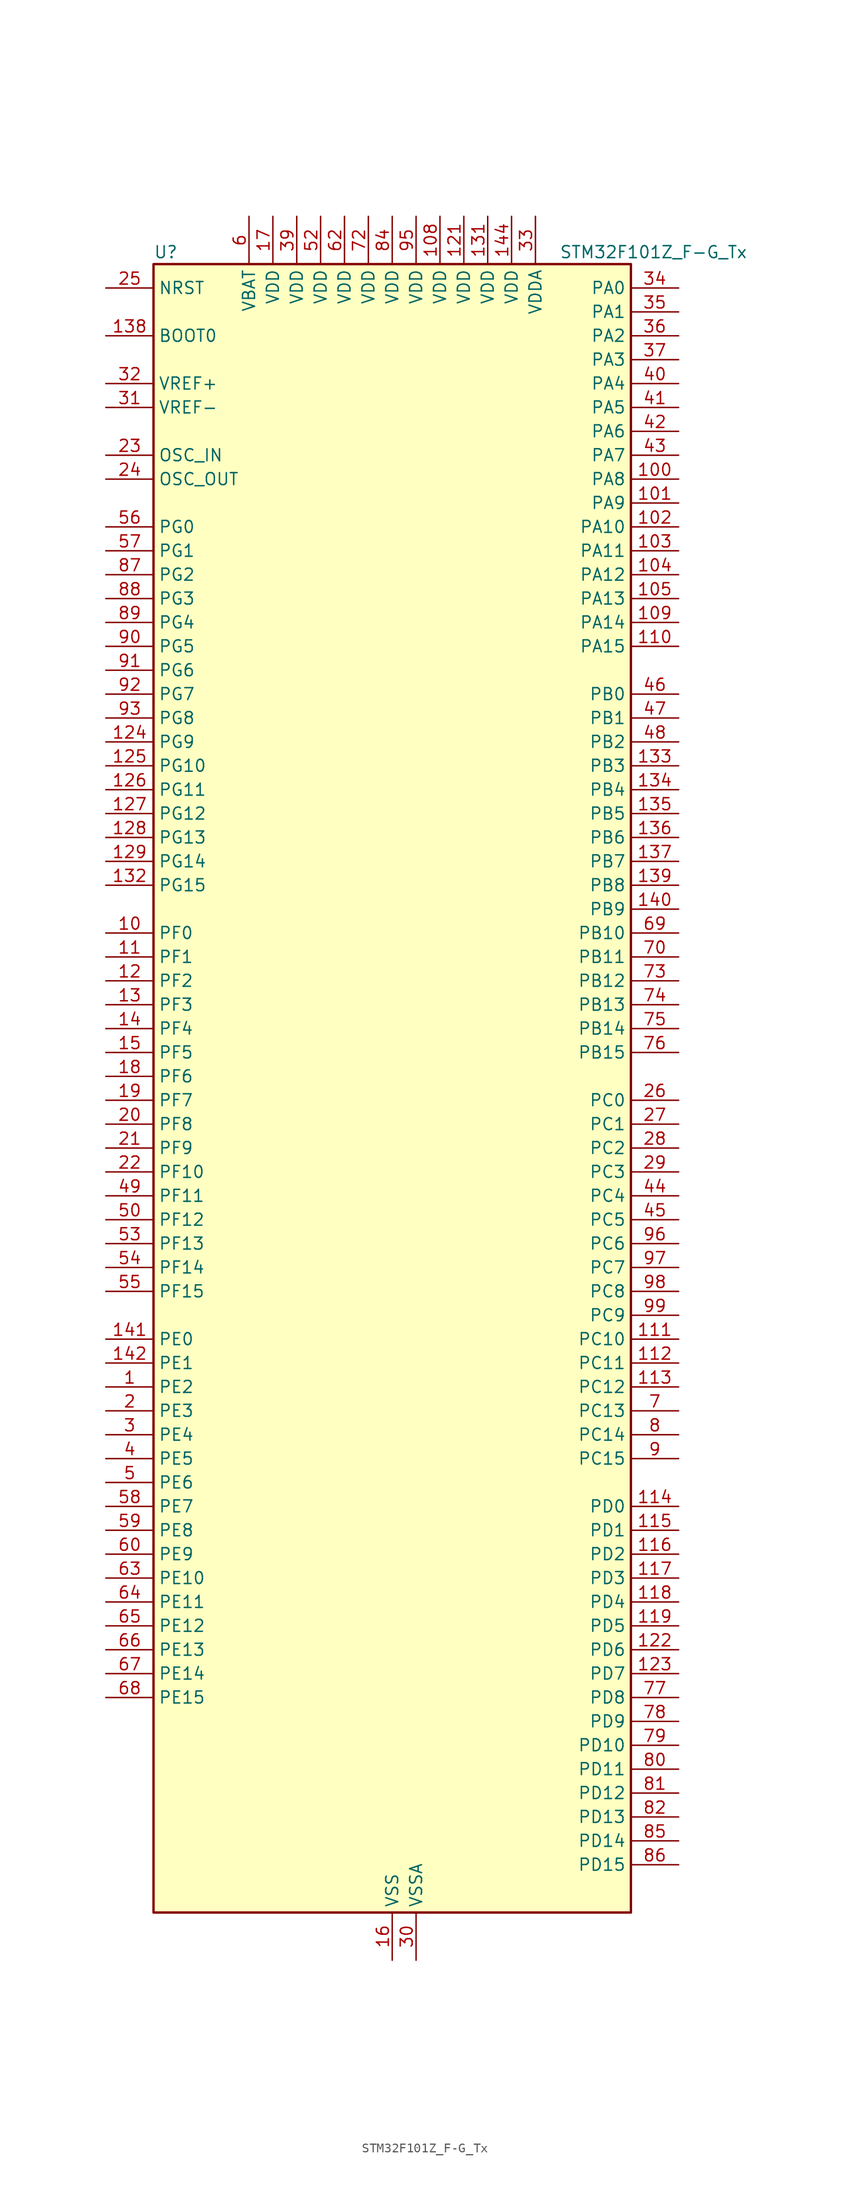
<source format=kicad_sym>
(kicad_symbol_lib
  (version 20220914)
  (generator kicad_symbol_editor)
  (symbol "STM32F101Z_F-G_Tx"
    (property "Reference" "U"
      (at -25.4 90.17 0)
      (effects (font (size 1.27 1.27)) (justify left)))
    (property "Value" "STM32F101Z_F-G_Tx"
      (at 17.78 90.17 0)
      (effects (font (size 1.27 1.27)) (justify left)))
    (property "ki_locked" ""
      (at 0 0 0)
      (effects (font (size 1.27 1.27))))
    (symbol "STM32F101Z_F-G_Tx_0_1"
      (rectangle (start -25.4 -86.36) (end 25.4 88.9) (stroke (width 0.254) (type default)) (fill (type background))))
    (symbol "STM32F101Z_F-G_Tx_1_1"
      (pin bidirectional line (at -30.48 -30.48 0) (length 5.08) (name "PE2" (effects (font (size 1.27 1.27)))) (number "1" (effects (font (size 1.27 1.27)))) (alternate "FSMC_A23" bidirectional line) (alternate "SYS_TRACECLK" bidirectional line))
      (pin bidirectional line (at -30.48 17.78 0) (length 5.08) (name "PF0" (effects (font (size 1.27 1.27)))) (number "10" (effects (font (size 1.27 1.27)))) (alternate "FSMC_A0" bidirectional line))
      (pin bidirectional line (at 30.48 66.04 180) (length 5.08) (name "PA8" (effects (font (size 1.27 1.27)))) (number "100" (effects (font (size 1.27 1.27)))) (alternate "RCC_MCO" bidirectional line) (alternate "USART1_CK" bidirectional line))
      (pin bidirectional line (at 30.48 63.5 180) (length 5.08) (name "PA9" (effects (font (size 1.27 1.27)))) (number "101" (effects (font (size 1.27 1.27)))) (alternate "DAC_EXTI9" bidirectional line) (alternate "USART1_TX" bidirectional line))
      (pin bidirectional line (at 30.48 60.96 180) (length 5.08) (name "PA10" (effects (font (size 1.27 1.27)))) (number "102" (effects (font (size 1.27 1.27)))) (alternate "USART1_RX" bidirectional line))
      (pin bidirectional line (at 30.48 58.42 180) (length 5.08) (name "PA11" (effects (font (size 1.27 1.27)))) (number "103" (effects (font (size 1.27 1.27)))) (alternate "ADC1_EXTI11" bidirectional line) (alternate "USART1_CTS" bidirectional line))
      (pin bidirectional line (at 30.48 55.88 180) (length 5.08) (name "PA12" (effects (font (size 1.27 1.27)))) (number "104" (effects (font (size 1.27 1.27)))) (alternate "USART1_RTS" bidirectional line))
      (pin bidirectional line (at 30.48 53.34 180) (length 5.08) (name "PA13" (effects (font (size 1.27 1.27)))) (number "105" (effects (font (size 1.27 1.27)))) (alternate "SYS_JTMS-SWDIO" bidirectional line))
      (pin no_connect line (at -25.4 -86.36 0) (length 5.08) hide (name "NC" (effects (font (size 1.27 1.27)))) (number "106" (effects (font (size 1.27 1.27)))))
      (pin passive line (at 0 -91.44 90) (length 5.08) hide (name "VSS" (effects (font (size 1.27 1.27)))) (number "107" (effects (font (size 1.27 1.27)))))
      (pin power_in line (at 5.08 93.98 270) (length 5.08) (name "VDD" (effects (font (size 1.27 1.27)))) (number "108" (effects (font (size 1.27 1.27)))))
      (pin bidirectional line (at 30.48 50.8 180) (length 5.08) (name "PA14" (effects (font (size 1.27 1.27)))) (number "109" (effects (font (size 1.27 1.27)))) (alternate "SYS_JTCK-SWCLK" bidirectional line))
      (pin bidirectional line (at -30.48 15.24 0) (length 5.08) (name "PF1" (effects (font (size 1.27 1.27)))) (number "11" (effects (font (size 1.27 1.27)))) (alternate "FSMC_A1" bidirectional line))
      (pin bidirectional line (at 30.48 48.26 180) (length 5.08) (name "PA15" (effects (font (size 1.27 1.27)))) (number "110" (effects (font (size 1.27 1.27)))) (alternate "ADC1_EXTI15" bidirectional line) (alternate "SPI1_NSS" bidirectional line) (alternate "SPI3_NSS" bidirectional line) (alternate "SYS_JTDI" bidirectional line) (alternate "TIM2_CH1" bidirectional line) (alternate "TIM2_ETR" bidirectional line))
      (pin bidirectional line (at 30.48 -25.4 180) (length 5.08) (name "PC10" (effects (font (size 1.27 1.27)))) (number "111" (effects (font (size 1.27 1.27)))) (alternate "UART4_TX" bidirectional line) (alternate "USART3_TX" bidirectional line))
      (pin bidirectional line (at 30.48 -27.94 180) (length 5.08) (name "PC11" (effects (font (size 1.27 1.27)))) (number "112" (effects (font (size 1.27 1.27)))) (alternate "ADC1_EXTI11" bidirectional line) (alternate "UART4_RX" bidirectional line) (alternate "USART3_RX" bidirectional line))
      (pin bidirectional line (at 30.48 -30.48 180) (length 5.08) (name "PC12" (effects (font (size 1.27 1.27)))) (number "113" (effects (font (size 1.27 1.27)))) (alternate "UART5_TX" bidirectional line) (alternate "USART3_CK" bidirectional line))
      (pin bidirectional line (at 30.48 -43.18 180) (length 5.08) (name "PD0" (effects (font (size 1.27 1.27)))) (number "114" (effects (font (size 1.27 1.27)))) (alternate "FSMC_D2" bidirectional line) (alternate "FSMC_DA2" bidirectional line))
      (pin bidirectional line (at 30.48 -45.72 180) (length 5.08) (name "PD1" (effects (font (size 1.27 1.27)))) (number "115" (effects (font (size 1.27 1.27)))) (alternate "FSMC_D3" bidirectional line) (alternate "FSMC_DA3" bidirectional line))
      (pin bidirectional line (at 30.48 -48.26 180) (length 5.08) (name "PD2" (effects (font (size 1.27 1.27)))) (number "116" (effects (font (size 1.27 1.27)))) (alternate "TIM3_ETR" bidirectional line) (alternate "UART5_RX" bidirectional line))
      (pin bidirectional line (at 30.48 -50.8 180) (length 5.08) (name "PD3" (effects (font (size 1.27 1.27)))) (number "117" (effects (font (size 1.27 1.27)))) (alternate "FSMC_CLK" bidirectional line) (alternate "USART2_CTS" bidirectional line))
      (pin bidirectional line (at 30.48 -53.34 180) (length 5.08) (name "PD4" (effects (font (size 1.27 1.27)))) (number "118" (effects (font (size 1.27 1.27)))) (alternate "FSMC_NOE" bidirectional line) (alternate "USART2_RTS" bidirectional line))
      (pin bidirectional line (at 30.48 -55.88 180) (length 5.08) (name "PD5" (effects (font (size 1.27 1.27)))) (number "119" (effects (font (size 1.27 1.27)))) (alternate "FSMC_NWE" bidirectional line) (alternate "USART2_TX" bidirectional line))
      (pin bidirectional line (at -30.48 12.7 0) (length 5.08) (name "PF2" (effects (font (size 1.27 1.27)))) (number "12" (effects (font (size 1.27 1.27)))) (alternate "FSMC_A2" bidirectional line))
      (pin passive line (at 0 -91.44 90) (length 5.08) hide (name "VSS" (effects (font (size 1.27 1.27)))) (number "120" (effects (font (size 1.27 1.27)))))
      (pin power_in line (at 7.62 93.98 270) (length 5.08) (name "VDD" (effects (font (size 1.27 1.27)))) (number "121" (effects (font (size 1.27 1.27)))))
      (pin bidirectional line (at 30.48 -58.42 180) (length 5.08) (name "PD6" (effects (font (size 1.27 1.27)))) (number "122" (effects (font (size 1.27 1.27)))) (alternate "FSMC_NWAIT" bidirectional line) (alternate "USART2_RX" bidirectional line))
      (pin bidirectional line (at 30.48 -60.96 180) (length 5.08) (name "PD7" (effects (font (size 1.27 1.27)))) (number "123" (effects (font (size 1.27 1.27)))) (alternate "FSMC_NCE2" bidirectional line) (alternate "FSMC_NE1" bidirectional line) (alternate "USART2_CK" bidirectional line))
      (pin bidirectional line (at -30.48 38.1 0) (length 5.08) (name "PG9" (effects (font (size 1.27 1.27)))) (number "124" (effects (font (size 1.27 1.27)))) (alternate "DAC_EXTI9" bidirectional line) (alternate "FSMC_NCE3" bidirectional line) (alternate "FSMC_NE2" bidirectional line))
      (pin bidirectional line (at -30.48 35.56 0) (length 5.08) (name "PG10" (effects (font (size 1.27 1.27)))) (number "125" (effects (font (size 1.27 1.27)))) (alternate "FSMC_NCE4_1" bidirectional line) (alternate "FSMC_NE3" bidirectional line))
      (pin bidirectional line (at -30.48 33.02 0) (length 5.08) (name "PG11" (effects (font (size 1.27 1.27)))) (number "126" (effects (font (size 1.27 1.27)))) (alternate "ADC1_EXTI11" bidirectional line) (alternate "FSMC_NCE4_2" bidirectional line))
      (pin bidirectional line (at -30.48 30.48 0) (length 5.08) (name "PG12" (effects (font (size 1.27 1.27)))) (number "127" (effects (font (size 1.27 1.27)))) (alternate "FSMC_NE4" bidirectional line))
      (pin bidirectional line (at -30.48 27.94 0) (length 5.08) (name "PG13" (effects (font (size 1.27 1.27)))) (number "128" (effects (font (size 1.27 1.27)))) (alternate "FSMC_A24" bidirectional line))
      (pin bidirectional line (at -30.48 25.4 0) (length 5.08) (name "PG14" (effects (font (size 1.27 1.27)))) (number "129" (effects (font (size 1.27 1.27)))) (alternate "FSMC_A25" bidirectional line))
      (pin bidirectional line (at -30.48 10.16 0) (length 5.08) (name "PF3" (effects (font (size 1.27 1.27)))) (number "13" (effects (font (size 1.27 1.27)))) (alternate "FSMC_A3" bidirectional line))
      (pin passive line (at 0 -91.44 90) (length 5.08) hide (name "VSS" (effects (font (size 1.27 1.27)))) (number "130" (effects (font (size 1.27 1.27)))))
      (pin power_in line (at 10.16 93.98 270) (length 5.08) (name "VDD" (effects (font (size 1.27 1.27)))) (number "131" (effects (font (size 1.27 1.27)))))
      (pin bidirectional line (at -30.48 22.86 0) (length 5.08) (name "PG15" (effects (font (size 1.27 1.27)))) (number "132" (effects (font (size 1.27 1.27)))) (alternate "ADC1_EXTI15" bidirectional line))
      (pin bidirectional line (at 30.48 35.56 180) (length 5.08) (name "PB3" (effects (font (size 1.27 1.27)))) (number "133" (effects (font (size 1.27 1.27)))) (alternate "SPI1_SCK" bidirectional line) (alternate "SPI3_SCK" bidirectional line) (alternate "SYS_JTDO-TRACESWO" bidirectional line) (alternate "TIM2_CH2" bidirectional line))
      (pin bidirectional line (at 30.48 33.02 180) (length 5.08) (name "PB4" (effects (font (size 1.27 1.27)))) (number "134" (effects (font (size 1.27 1.27)))) (alternate "SPI1_MISO" bidirectional line) (alternate "SPI3_MISO" bidirectional line) (alternate "SYS_NJTRST" bidirectional line) (alternate "TIM3_CH1" bidirectional line))
      (pin bidirectional line (at 30.48 30.48 180) (length 5.08) (name "PB5" (effects (font (size 1.27 1.27)))) (number "135" (effects (font (size 1.27 1.27)))) (alternate "I2C1_SMBA" bidirectional line) (alternate "SPI1_MOSI" bidirectional line) (alternate "SPI3_MOSI" bidirectional line) (alternate "TIM3_CH2" bidirectional line))
      (pin bidirectional line (at 30.48 27.94 180) (length 5.08) (name "PB6" (effects (font (size 1.27 1.27)))) (number "136" (effects (font (size 1.27 1.27)))) (alternate "I2C1_SCL" bidirectional line) (alternate "TIM4_CH1" bidirectional line) (alternate "USART1_TX" bidirectional line))
      (pin bidirectional line (at 30.48 25.4 180) (length 5.08) (name "PB7" (effects (font (size 1.27 1.27)))) (number "137" (effects (font (size 1.27 1.27)))) (alternate "FSMC_NL" bidirectional line) (alternate "I2C1_SDA" bidirectional line) (alternate "TIM4_CH2" bidirectional line) (alternate "USART1_RX" bidirectional line))
      (pin input line (at -30.48 81.28 0) (length 5.08) (name "BOOT0" (effects (font (size 1.27 1.27)))) (number "138" (effects (font (size 1.27 1.27)))))
      (pin bidirectional line (at 30.48 22.86 180) (length 5.08) (name "PB8" (effects (font (size 1.27 1.27)))) (number "139" (effects (font (size 1.27 1.27)))) (alternate "I2C1_SCL" bidirectional line) (alternate "TIM10_CH1" bidirectional line) (alternate "TIM4_CH3" bidirectional line))
      (pin bidirectional line (at -30.48 7.62 0) (length 5.08) (name "PF4" (effects (font (size 1.27 1.27)))) (number "14" (effects (font (size 1.27 1.27)))) (alternate "FSMC_A4" bidirectional line))
      (pin bidirectional line (at 30.48 20.32 180) (length 5.08) (name "PB9" (effects (font (size 1.27 1.27)))) (number "140" (effects (font (size 1.27 1.27)))) (alternate "DAC_EXTI9" bidirectional line) (alternate "I2C1_SDA" bidirectional line) (alternate "TIM11_CH1" bidirectional line) (alternate "TIM4_CH4" bidirectional line))
      (pin bidirectional line (at -30.48 -25.4 0) (length 5.08) (name "PE0" (effects (font (size 1.27 1.27)))) (number "141" (effects (font (size 1.27 1.27)))) (alternate "FSMC_NBL0" bidirectional line) (alternate "TIM4_ETR" bidirectional line))
      (pin bidirectional line (at -30.48 -27.94 0) (length 5.08) (name "PE1" (effects (font (size 1.27 1.27)))) (number "142" (effects (font (size 1.27 1.27)))) (alternate "FSMC_NBL1" bidirectional line))
      (pin passive line (at 0 -91.44 90) (length 5.08) hide (name "VSS" (effects (font (size 1.27 1.27)))) (number "143" (effects (font (size 1.27 1.27)))))
      (pin power_in line (at 12.7 93.98 270) (length 5.08) (name "VDD" (effects (font (size 1.27 1.27)))) (number "144" (effects (font (size 1.27 1.27)))))
      (pin bidirectional line (at -30.48 5.08 0) (length 5.08) (name "PF5" (effects (font (size 1.27 1.27)))) (number "15" (effects (font (size 1.27 1.27)))) (alternate "FSMC_A5" bidirectional line))
      (pin power_in line (at 0 -91.44 90) (length 5.08) (name "VSS" (effects (font (size 1.27 1.27)))) (number "16" (effects (font (size 1.27 1.27)))))
      (pin power_in line (at -12.7 93.98 270) (length 5.08) (name "VDD" (effects (font (size 1.27 1.27)))) (number "17" (effects (font (size 1.27 1.27)))))
      (pin bidirectional line (at -30.48 2.54 0) (length 5.08) (name "PF6" (effects (font (size 1.27 1.27)))) (number "18" (effects (font (size 1.27 1.27)))) (alternate "FSMC_NIORD" bidirectional line) (alternate "TIM10_CH1" bidirectional line))
      (pin bidirectional line (at -30.48 0 0) (length 5.08) (name "PF7" (effects (font (size 1.27 1.27)))) (number "19" (effects (font (size 1.27 1.27)))) (alternate "FSMC_NREG" bidirectional line) (alternate "TIM11_CH1" bidirectional line))
      (pin bidirectional line (at -30.48 -33.02 0) (length 5.08) (name "PE3" (effects (font (size 1.27 1.27)))) (number "2" (effects (font (size 1.27 1.27)))) (alternate "FSMC_A19" bidirectional line) (alternate "SYS_TRACED0" bidirectional line))
      (pin bidirectional line (at -30.48 -2.54 0) (length 5.08) (name "PF8" (effects (font (size 1.27 1.27)))) (number "20" (effects (font (size 1.27 1.27)))) (alternate "FSMC_NIOWR" bidirectional line) (alternate "TIM13_CH1" bidirectional line))
      (pin bidirectional line (at -30.48 -5.08 0) (length 5.08) (name "PF9" (effects (font (size 1.27 1.27)))) (number "21" (effects (font (size 1.27 1.27)))) (alternate "DAC_EXTI9" bidirectional line) (alternate "FSMC_CD" bidirectional line) (alternate "TIM14_CH1" bidirectional line))
      (pin bidirectional line (at -30.48 -7.62 0) (length 5.08) (name "PF10" (effects (font (size 1.27 1.27)))) (number "22" (effects (font (size 1.27 1.27)))) (alternate "FSMC_INTR" bidirectional line))
      (pin input line (at -30.48 68.58 0) (length 5.08) (name "OSC_IN" (effects (font (size 1.27 1.27)))) (number "23" (effects (font (size 1.27 1.27)))) (alternate "RCC_OSC_IN" bidirectional line))
      (pin input line (at -30.48 66.04 0) (length 5.08) (name "OSC_OUT" (effects (font (size 1.27 1.27)))) (number "24" (effects (font (size 1.27 1.27)))) (alternate "RCC_OSC_OUT" bidirectional line))
      (pin input line (at -30.48 86.36 0) (length 5.08) (name "NRST" (effects (font (size 1.27 1.27)))) (number "25" (effects (font (size 1.27 1.27)))))
      (pin bidirectional line (at 30.48 0 180) (length 5.08) (name "PC0" (effects (font (size 1.27 1.27)))) (number "26" (effects (font (size 1.27 1.27)))) (alternate "ADC1_IN10" bidirectional line))
      (pin bidirectional line (at 30.48 -2.54 180) (length 5.08) (name "PC1" (effects (font (size 1.27 1.27)))) (number "27" (effects (font (size 1.27 1.27)))) (alternate "ADC1_IN11" bidirectional line))
      (pin bidirectional line (at 30.48 -5.08 180) (length 5.08) (name "PC2" (effects (font (size 1.27 1.27)))) (number "28" (effects (font (size 1.27 1.27)))) (alternate "ADC1_IN12" bidirectional line))
      (pin bidirectional line (at 30.48 -7.62 180) (length 5.08) (name "PC3" (effects (font (size 1.27 1.27)))) (number "29" (effects (font (size 1.27 1.27)))) (alternate "ADC1_IN13" bidirectional line))
      (pin bidirectional line (at -30.48 -35.56 0) (length 5.08) (name "PE4" (effects (font (size 1.27 1.27)))) (number "3" (effects (font (size 1.27 1.27)))) (alternate "FSMC_A20" bidirectional line) (alternate "SYS_TRACED1" bidirectional line))
      (pin power_in line (at 2.54 -91.44 90) (length 5.08) (name "VSSA" (effects (font (size 1.27 1.27)))) (number "30" (effects (font (size 1.27 1.27)))))
      (pin input line (at -30.48 73.66 0) (length 5.08) (name "VREF-" (effects (font (size 1.27 1.27)))) (number "31" (effects (font (size 1.27 1.27)))))
      (pin input line (at -30.48 76.2 0) (length 5.08) (name "VREF+" (effects (font (size 1.27 1.27)))) (number "32" (effects (font (size 1.27 1.27)))))
      (pin power_in line (at 15.24 93.98 270) (length 5.08) (name "VDDA" (effects (font (size 1.27 1.27)))) (number "33" (effects (font (size 1.27 1.27)))))
      (pin bidirectional line (at 30.48 86.36 180) (length 5.08) (name "PA0" (effects (font (size 1.27 1.27)))) (number "34" (effects (font (size 1.27 1.27)))) (alternate "ADC1_IN0" bidirectional line) (alternate "SYS_WKUP" bidirectional line) (alternate "TIM2_CH1" bidirectional line) (alternate "TIM2_ETR" bidirectional line) (alternate "TIM5_CH1" bidirectional line) (alternate "USART2_CTS" bidirectional line))
      (pin bidirectional line (at 30.48 83.82 180) (length 5.08) (name "PA1" (effects (font (size 1.27 1.27)))) (number "35" (effects (font (size 1.27 1.27)))) (alternate "ADC1_IN1" bidirectional line) (alternate "TIM2_CH2" bidirectional line) (alternate "TIM5_CH2" bidirectional line) (alternate "USART2_RTS" bidirectional line))
      (pin bidirectional line (at 30.48 81.28 180) (length 5.08) (name "PA2" (effects (font (size 1.27 1.27)))) (number "36" (effects (font (size 1.27 1.27)))) (alternate "ADC1_IN2" bidirectional line) (alternate "TIM2_CH3" bidirectional line) (alternate "TIM5_CH3" bidirectional line) (alternate "TIM9_CH1" bidirectional line) (alternate "USART2_TX" bidirectional line))
      (pin bidirectional line (at 30.48 78.74 180) (length 5.08) (name "PA3" (effects (font (size 1.27 1.27)))) (number "37" (effects (font (size 1.27 1.27)))) (alternate "ADC1_IN3" bidirectional line) (alternate "TIM2_CH4" bidirectional line) (alternate "TIM5_CH4" bidirectional line) (alternate "TIM9_CH2" bidirectional line) (alternate "USART2_RX" bidirectional line))
      (pin passive line (at 0 -91.44 90) (length 5.08) hide (name "VSS" (effects (font (size 1.27 1.27)))) (number "38" (effects (font (size 1.27 1.27)))))
      (pin power_in line (at -10.16 93.98 270) (length 5.08) (name "VDD" (effects (font (size 1.27 1.27)))) (number "39" (effects (font (size 1.27 1.27)))))
      (pin bidirectional line (at -30.48 -38.1 0) (length 5.08) (name "PE5" (effects (font (size 1.27 1.27)))) (number "4" (effects (font (size 1.27 1.27)))) (alternate "FSMC_A21" bidirectional line) (alternate "SYS_TRACED2" bidirectional line) (alternate "TIM9_CH1" bidirectional line))
      (pin bidirectional line (at 30.48 76.2 180) (length 5.08) (name "PA4" (effects (font (size 1.27 1.27)))) (number "40" (effects (font (size 1.27 1.27)))) (alternate "ADC1_IN4" bidirectional line) (alternate "DAC_OUT1" bidirectional line) (alternate "SPI1_NSS" bidirectional line) (alternate "USART2_CK" bidirectional line))
      (pin bidirectional line (at 30.48 73.66 180) (length 5.08) (name "PA5" (effects (font (size 1.27 1.27)))) (number "41" (effects (font (size 1.27 1.27)))) (alternate "ADC1_IN5" bidirectional line) (alternate "DAC_OUT2" bidirectional line) (alternate "SPI1_SCK" bidirectional line))
      (pin bidirectional line (at 30.48 71.12 180) (length 5.08) (name "PA6" (effects (font (size 1.27 1.27)))) (number "42" (effects (font (size 1.27 1.27)))) (alternate "ADC1_IN6" bidirectional line) (alternate "SPI1_MISO" bidirectional line) (alternate "TIM13_CH1" bidirectional line) (alternate "TIM3_CH1" bidirectional line))
      (pin bidirectional line (at 30.48 68.58 180) (length 5.08) (name "PA7" (effects (font (size 1.27 1.27)))) (number "43" (effects (font (size 1.27 1.27)))) (alternate "ADC1_IN7" bidirectional line) (alternate "SPI1_MOSI" bidirectional line) (alternate "TIM14_CH1" bidirectional line) (alternate "TIM3_CH2" bidirectional line))
      (pin bidirectional line (at 30.48 -10.16 180) (length 5.08) (name "PC4" (effects (font (size 1.27 1.27)))) (number "44" (effects (font (size 1.27 1.27)))) (alternate "ADC1_IN14" bidirectional line))
      (pin bidirectional line (at 30.48 -12.7 180) (length 5.08) (name "PC5" (effects (font (size 1.27 1.27)))) (number "45" (effects (font (size 1.27 1.27)))) (alternate "ADC1_IN15" bidirectional line))
      (pin bidirectional line (at 30.48 43.18 180) (length 5.08) (name "PB0" (effects (font (size 1.27 1.27)))) (number "46" (effects (font (size 1.27 1.27)))) (alternate "ADC1_IN8" bidirectional line) (alternate "TIM3_CH3" bidirectional line))
      (pin bidirectional line (at 30.48 40.64 180) (length 5.08) (name "PB1" (effects (font (size 1.27 1.27)))) (number "47" (effects (font (size 1.27 1.27)))) (alternate "ADC1_IN9" bidirectional line) (alternate "TIM3_CH4" bidirectional line))
      (pin bidirectional line (at 30.48 38.1 180) (length 5.08) (name "PB2" (effects (font (size 1.27 1.27)))) (number "48" (effects (font (size 1.27 1.27)))))
      (pin bidirectional line (at -30.48 -10.16 0) (length 5.08) (name "PF11" (effects (font (size 1.27 1.27)))) (number "49" (effects (font (size 1.27 1.27)))) (alternate "ADC1_EXTI11" bidirectional line) (alternate "FSMC_NIOS16" bidirectional line))
      (pin bidirectional line (at -30.48 -40.64 0) (length 5.08) (name "PE6" (effects (font (size 1.27 1.27)))) (number "5" (effects (font (size 1.27 1.27)))) (alternate "FSMC_A22" bidirectional line) (alternate "SYS_TRACED3" bidirectional line) (alternate "TIM9_CH2" bidirectional line))
      (pin bidirectional line (at -30.48 -12.7 0) (length 5.08) (name "PF12" (effects (font (size 1.27 1.27)))) (number "50" (effects (font (size 1.27 1.27)))) (alternate "FSMC_A6" bidirectional line))
      (pin passive line (at 0 -91.44 90) (length 5.08) hide (name "VSS" (effects (font (size 1.27 1.27)))) (number "51" (effects (font (size 1.27 1.27)))))
      (pin power_in line (at -7.62 93.98 270) (length 5.08) (name "VDD" (effects (font (size 1.27 1.27)))) (number "52" (effects (font (size 1.27 1.27)))))
      (pin bidirectional line (at -30.48 -15.24 0) (length 5.08) (name "PF13" (effects (font (size 1.27 1.27)))) (number "53" (effects (font (size 1.27 1.27)))) (alternate "FSMC_A7" bidirectional line))
      (pin bidirectional line (at -30.48 -17.78 0) (length 5.08) (name "PF14" (effects (font (size 1.27 1.27)))) (number "54" (effects (font (size 1.27 1.27)))) (alternate "FSMC_A8" bidirectional line))
      (pin bidirectional line (at -30.48 -20.32 0) (length 5.08) (name "PF15" (effects (font (size 1.27 1.27)))) (number "55" (effects (font (size 1.27 1.27)))) (alternate "ADC1_EXTI15" bidirectional line) (alternate "FSMC_A9" bidirectional line))
      (pin bidirectional line (at -30.48 60.96 0) (length 5.08) (name "PG0" (effects (font (size 1.27 1.27)))) (number "56" (effects (font (size 1.27 1.27)))) (alternate "FSMC_A10" bidirectional line))
      (pin bidirectional line (at -30.48 58.42 0) (length 5.08) (name "PG1" (effects (font (size 1.27 1.27)))) (number "57" (effects (font (size 1.27 1.27)))) (alternate "FSMC_A11" bidirectional line))
      (pin bidirectional line (at -30.48 -43.18 0) (length 5.08) (name "PE7" (effects (font (size 1.27 1.27)))) (number "58" (effects (font (size 1.27 1.27)))) (alternate "FSMC_D4" bidirectional line) (alternate "FSMC_DA4" bidirectional line))
      (pin bidirectional line (at -30.48 -45.72 0) (length 5.08) (name "PE8" (effects (font (size 1.27 1.27)))) (number "59" (effects (font (size 1.27 1.27)))) (alternate "FSMC_D5" bidirectional line) (alternate "FSMC_DA5" bidirectional line))
      (pin power_in line (at -15.24 93.98 270) (length 5.08) (name "VBAT" (effects (font (size 1.27 1.27)))) (number "6" (effects (font (size 1.27 1.27)))))
      (pin bidirectional line (at -30.48 -48.26 0) (length 5.08) (name "PE9" (effects (font (size 1.27 1.27)))) (number "60" (effects (font (size 1.27 1.27)))) (alternate "DAC_EXTI9" bidirectional line) (alternate "FSMC_D6" bidirectional line) (alternate "FSMC_DA6" bidirectional line))
      (pin passive line (at 0 -91.44 90) (length 5.08) hide (name "VSS" (effects (font (size 1.27 1.27)))) (number "61" (effects (font (size 1.27 1.27)))))
      (pin power_in line (at -5.08 93.98 270) (length 5.08) (name "VDD" (effects (font (size 1.27 1.27)))) (number "62" (effects (font (size 1.27 1.27)))))
      (pin bidirectional line (at -30.48 -50.8 0) (length 5.08) (name "PE10" (effects (font (size 1.27 1.27)))) (number "63" (effects (font (size 1.27 1.27)))) (alternate "FSMC_D7" bidirectional line) (alternate "FSMC_DA7" bidirectional line))
      (pin bidirectional line (at -30.48 -53.34 0) (length 5.08) (name "PE11" (effects (font (size 1.27 1.27)))) (number "64" (effects (font (size 1.27 1.27)))) (alternate "ADC1_EXTI11" bidirectional line) (alternate "FSMC_D8" bidirectional line) (alternate "FSMC_DA8" bidirectional line))
      (pin bidirectional line (at -30.48 -55.88 0) (length 5.08) (name "PE12" (effects (font (size 1.27 1.27)))) (number "65" (effects (font (size 1.27 1.27)))) (alternate "FSMC_D9" bidirectional line) (alternate "FSMC_DA9" bidirectional line))
      (pin bidirectional line (at -30.48 -58.42 0) (length 5.08) (name "PE13" (effects (font (size 1.27 1.27)))) (number "66" (effects (font (size 1.27 1.27)))) (alternate "FSMC_D10" bidirectional line) (alternate "FSMC_DA10" bidirectional line))
      (pin bidirectional line (at -30.48 -60.96 0) (length 5.08) (name "PE14" (effects (font (size 1.27 1.27)))) (number "67" (effects (font (size 1.27 1.27)))) (alternate "FSMC_D11" bidirectional line) (alternate "FSMC_DA11" bidirectional line))
      (pin bidirectional line (at -30.48 -63.5 0) (length 5.08) (name "PE15" (effects (font (size 1.27 1.27)))) (number "68" (effects (font (size 1.27 1.27)))) (alternate "ADC1_EXTI15" bidirectional line) (alternate "FSMC_D12" bidirectional line) (alternate "FSMC_DA12" bidirectional line))
      (pin bidirectional line (at 30.48 17.78 180) (length 5.08) (name "PB10" (effects (font (size 1.27 1.27)))) (number "69" (effects (font (size 1.27 1.27)))) (alternate "I2C2_SCL" bidirectional line) (alternate "TIM2_CH3" bidirectional line) (alternate "USART3_TX" bidirectional line))
      (pin bidirectional line (at 30.48 -33.02 180) (length 5.08) (name "PC13" (effects (font (size 1.27 1.27)))) (number "7" (effects (font (size 1.27 1.27)))) (alternate "RTC_OUT" bidirectional line) (alternate "RTC_TAMPER" bidirectional line))
      (pin bidirectional line (at 30.48 15.24 180) (length 5.08) (name "PB11" (effects (font (size 1.27 1.27)))) (number "70" (effects (font (size 1.27 1.27)))) (alternate "ADC1_EXTI11" bidirectional line) (alternate "I2C2_SDA" bidirectional line) (alternate "TIM2_CH4" bidirectional line) (alternate "USART3_RX" bidirectional line))
      (pin passive line (at 0 -91.44 90) (length 5.08) hide (name "VSS" (effects (font (size 1.27 1.27)))) (number "71" (effects (font (size 1.27 1.27)))))
      (pin power_in line (at -2.54 93.98 270) (length 5.08) (name "VDD" (effects (font (size 1.27 1.27)))) (number "72" (effects (font (size 1.27 1.27)))))
      (pin bidirectional line (at 30.48 12.7 180) (length 5.08) (name "PB12" (effects (font (size 1.27 1.27)))) (number "73" (effects (font (size 1.27 1.27)))) (alternate "I2C2_SMBA" bidirectional line) (alternate "SPI2_NSS" bidirectional line) (alternate "USART3_CK" bidirectional line))
      (pin bidirectional line (at 30.48 10.16 180) (length 5.08) (name "PB13" (effects (font (size 1.27 1.27)))) (number "74" (effects (font (size 1.27 1.27)))) (alternate "SPI2_SCK" bidirectional line) (alternate "USART3_CTS" bidirectional line))
      (pin bidirectional line (at 30.48 7.62 180) (length 5.08) (name "PB14" (effects (font (size 1.27 1.27)))) (number "75" (effects (font (size 1.27 1.27)))) (alternate "SPI2_MISO" bidirectional line) (alternate "TIM12_CH1" bidirectional line) (alternate "USART3_RTS" bidirectional line))
      (pin bidirectional line (at 30.48 5.08 180) (length 5.08) (name "PB15" (effects (font (size 1.27 1.27)))) (number "76" (effects (font (size 1.27 1.27)))) (alternate "ADC1_EXTI15" bidirectional line) (alternate "SPI2_MOSI" bidirectional line) (alternate "TIM12_CH2" bidirectional line))
      (pin bidirectional line (at 30.48 -63.5 180) (length 5.08) (name "PD8" (effects (font (size 1.27 1.27)))) (number "77" (effects (font (size 1.27 1.27)))) (alternate "FSMC_D13" bidirectional line) (alternate "FSMC_DA13" bidirectional line) (alternate "USART3_TX" bidirectional line))
      (pin bidirectional line (at 30.48 -66.04 180) (length 5.08) (name "PD9" (effects (font (size 1.27 1.27)))) (number "78" (effects (font (size 1.27 1.27)))) (alternate "DAC_EXTI9" bidirectional line) (alternate "FSMC_D14" bidirectional line) (alternate "FSMC_DA14" bidirectional line) (alternate "USART3_RX" bidirectional line))
      (pin bidirectional line (at 30.48 -68.58 180) (length 5.08) (name "PD10" (effects (font (size 1.27 1.27)))) (number "79" (effects (font (size 1.27 1.27)))) (alternate "FSMC_D15" bidirectional line) (alternate "FSMC_DA15" bidirectional line) (alternate "USART3_CK" bidirectional line))
      (pin bidirectional line (at 30.48 -35.56 180) (length 5.08) (name "PC14" (effects (font (size 1.27 1.27)))) (number "8" (effects (font (size 1.27 1.27)))) (alternate "RCC_OSC32_IN" bidirectional line))
      (pin bidirectional line (at 30.48 -71.12 180) (length 5.08) (name "PD11" (effects (font (size 1.27 1.27)))) (number "80" (effects (font (size 1.27 1.27)))) (alternate "ADC1_EXTI11" bidirectional line) (alternate "FSMC_A16" bidirectional line) (alternate "FSMC_CLE" bidirectional line) (alternate "USART3_CTS" bidirectional line))
      (pin bidirectional line (at 30.48 -73.66 180) (length 5.08) (name "PD12" (effects (font (size 1.27 1.27)))) (number "81" (effects (font (size 1.27 1.27)))) (alternate "FSMC_A17" bidirectional line) (alternate "FSMC_ALE" bidirectional line) (alternate "TIM4_CH1" bidirectional line) (alternate "USART3_RTS" bidirectional line))
      (pin bidirectional line (at 30.48 -76.2 180) (length 5.08) (name "PD13" (effects (font (size 1.27 1.27)))) (number "82" (effects (font (size 1.27 1.27)))) (alternate "FSMC_A18" bidirectional line) (alternate "TIM4_CH2" bidirectional line))
      (pin passive line (at 0 -91.44 90) (length 5.08) hide (name "VSS" (effects (font (size 1.27 1.27)))) (number "83" (effects (font (size 1.27 1.27)))))
      (pin power_in line (at 0 93.98 270) (length 5.08) (name "VDD" (effects (font (size 1.27 1.27)))) (number "84" (effects (font (size 1.27 1.27)))))
      (pin bidirectional line (at 30.48 -78.74 180) (length 5.08) (name "PD14" (effects (font (size 1.27 1.27)))) (number "85" (effects (font (size 1.27 1.27)))) (alternate "FSMC_D0" bidirectional line) (alternate "FSMC_DA0" bidirectional line) (alternate "TIM4_CH3" bidirectional line))
      (pin bidirectional line (at 30.48 -81.28 180) (length 5.08) (name "PD15" (effects (font (size 1.27 1.27)))) (number "86" (effects (font (size 1.27 1.27)))) (alternate "ADC1_EXTI15" bidirectional line) (alternate "FSMC_D1" bidirectional line) (alternate "FSMC_DA1" bidirectional line) (alternate "TIM4_CH4" bidirectional line))
      (pin bidirectional line (at -30.48 55.88 0) (length 5.08) (name "PG2" (effects (font (size 1.27 1.27)))) (number "87" (effects (font (size 1.27 1.27)))) (alternate "FSMC_A12" bidirectional line))
      (pin bidirectional line (at -30.48 53.34 0) (length 5.08) (name "PG3" (effects (font (size 1.27 1.27)))) (number "88" (effects (font (size 1.27 1.27)))) (alternate "FSMC_A13" bidirectional line))
      (pin bidirectional line (at -30.48 50.8 0) (length 5.08) (name "PG4" (effects (font (size 1.27 1.27)))) (number "89" (effects (font (size 1.27 1.27)))) (alternate "FSMC_A14" bidirectional line))
      (pin bidirectional line (at 30.48 -38.1 180) (length 5.08) (name "PC15" (effects (font (size 1.27 1.27)))) (number "9" (effects (font (size 1.27 1.27)))) (alternate "ADC1_EXTI15" bidirectional line) (alternate "RCC_OSC32_OUT" bidirectional line))
      (pin bidirectional line (at -30.48 48.26 0) (length 5.08) (name "PG5" (effects (font (size 1.27 1.27)))) (number "90" (effects (font (size 1.27 1.27)))) (alternate "FSMC_A15" bidirectional line))
      (pin bidirectional line (at -30.48 45.72 0) (length 5.08) (name "PG6" (effects (font (size 1.27 1.27)))) (number "91" (effects (font (size 1.27 1.27)))) (alternate "FSMC_INT2" bidirectional line))
      (pin bidirectional line (at -30.48 43.18 0) (length 5.08) (name "PG7" (effects (font (size 1.27 1.27)))) (number "92" (effects (font (size 1.27 1.27)))) (alternate "FSMC_INT3" bidirectional line))
      (pin bidirectional line (at -30.48 40.64 0) (length 5.08) (name "PG8" (effects (font (size 1.27 1.27)))) (number "93" (effects (font (size 1.27 1.27)))))
      (pin passive line (at 0 -91.44 90) (length 5.08) hide (name "VSS" (effects (font (size 1.27 1.27)))) (number "94" (effects (font (size 1.27 1.27)))))
      (pin power_in line (at 2.54 93.98 270) (length 5.08) (name "VDD" (effects (font (size 1.27 1.27)))) (number "95" (effects (font (size 1.27 1.27)))))
      (pin bidirectional line (at 30.48 -15.24 180) (length 5.08) (name "PC6" (effects (font (size 1.27 1.27)))) (number "96" (effects (font (size 1.27 1.27)))) (alternate "TIM3_CH1" bidirectional line))
      (pin bidirectional line (at 30.48 -17.78 180) (length 5.08) (name "PC7" (effects (font (size 1.27 1.27)))) (number "97" (effects (font (size 1.27 1.27)))) (alternate "TIM3_CH2" bidirectional line))
      (pin bidirectional line (at 30.48 -20.32 180) (length 5.08) (name "PC8" (effects (font (size 1.27 1.27)))) (number "98" (effects (font (size 1.27 1.27)))) (alternate "TIM3_CH3" bidirectional line))
      (pin bidirectional line (at 30.48 -22.86 180) (length 5.08) (name "PC9" (effects (font (size 1.27 1.27)))) (number "99" (effects (font (size 1.27 1.27)))) (alternate "DAC_EXTI9" bidirectional line) (alternate "TIM3_CH4" bidirectional line)))))
</source>
